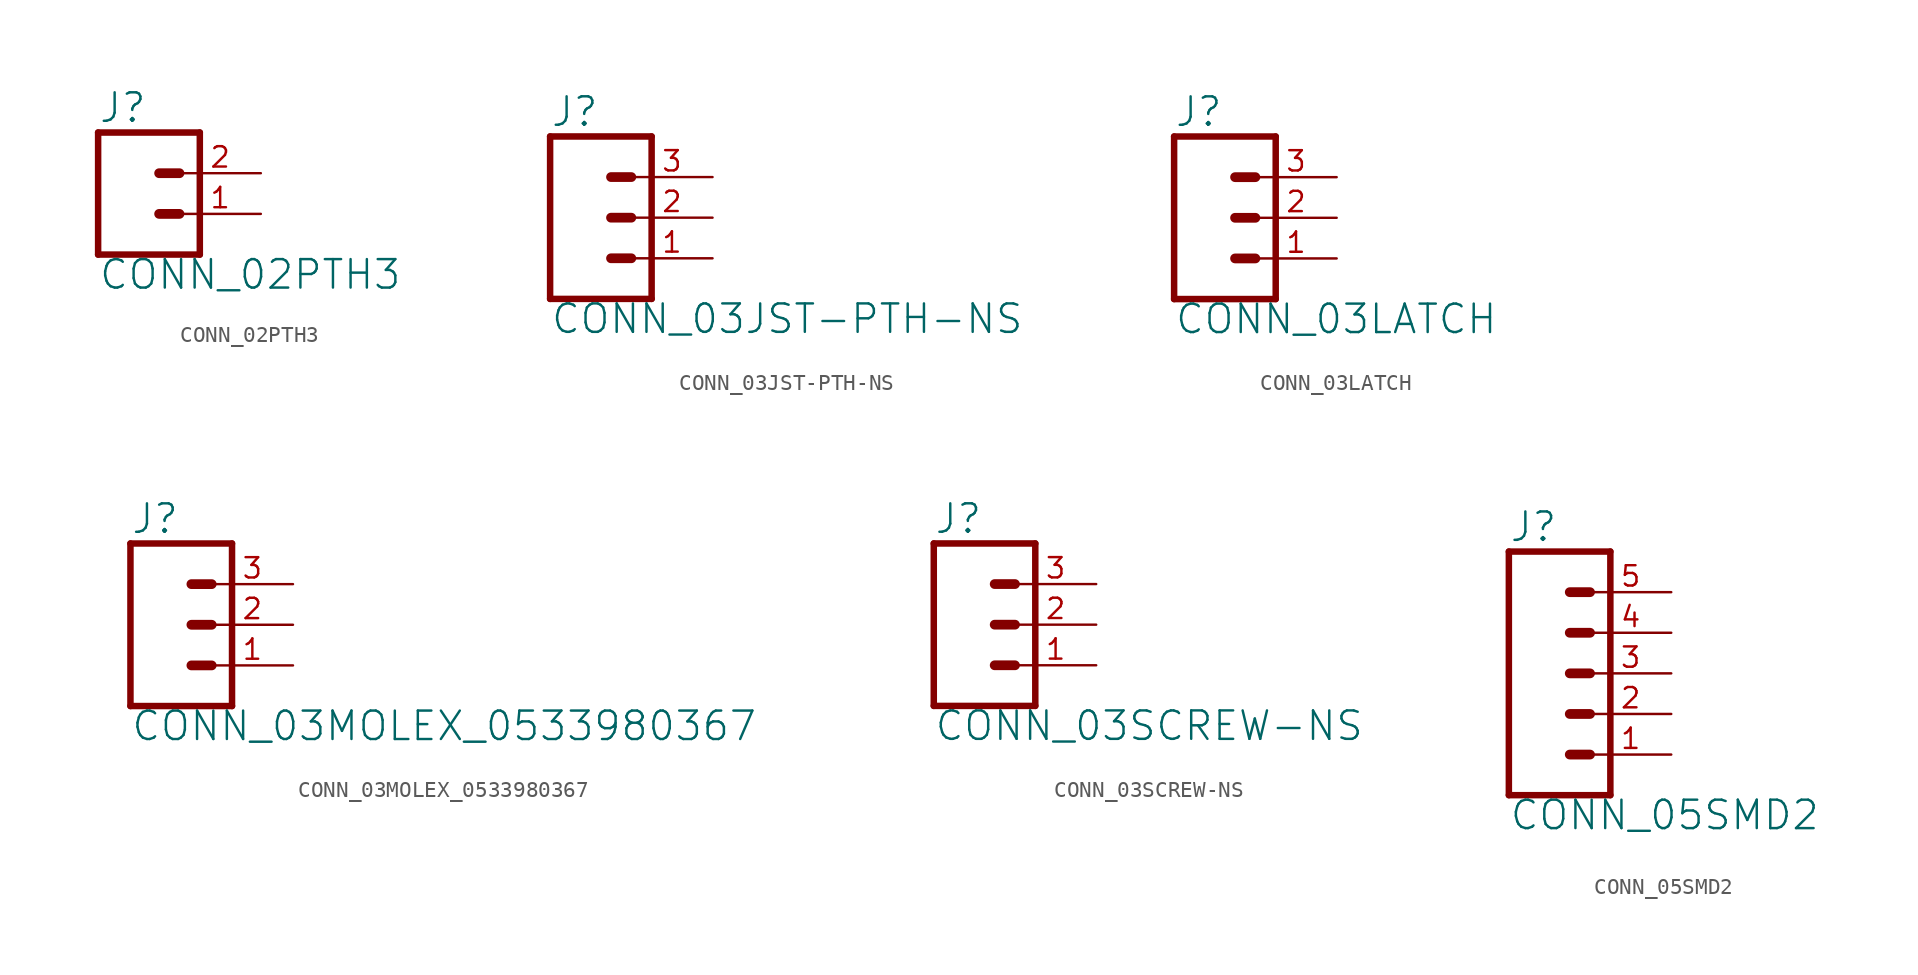
<source format=kicad_sym>
(kicad_symbol_lib
  (version 20211014)
  (generator kicad_symbol_editor)
  (symbol "CONN_02PTH3"
    (property "Reference" "J"
      (at -2.54 5.588 0)
      (effects (font (size 1.778 1.778)) (justify left bottom)))
    (property "Value" "CONN_02PTH3"
      (at -2.54 -4.826 0)
      (effects (font (size 1.778 1.778)) (justify left bottom)))
    (property "ki_locked" ""
      (at 0 0 0)
      (effects (font (size 1.27 1.27))))
    (symbol "CONN_02PTH3_1_0"
      (polyline (pts (xy -2.54 5.08) (xy -2.54 -2.54)) (stroke (width 0.406) (type default) (color 0 0 0 0)) (fill (type none)))
      (polyline (pts (xy -2.54 5.08) (xy 3.81 5.08)) (stroke (width 0.406) (type default) (color 0 0 0 0)) (fill (type none)))
      (polyline (pts (xy 1.27 0) (xy 2.54 0)) (stroke (width 0.61) (type default) (color 0 0 0 0)) (fill (type none)))
      (polyline (pts (xy 1.27 2.54) (xy 2.54 2.54)) (stroke (width 0.61) (type default) (color 0 0 0 0)) (fill (type none)))
      (polyline (pts (xy 3.81 -2.54) (xy -2.54 -2.54)) (stroke (width 0.406) (type default) (color 0 0 0 0)) (fill (type none)))
      (polyline (pts (xy 3.81 -2.54) (xy 3.81 5.08)) (stroke (width 0.406) (type default) (color 0 0 0 0)) (fill (type none)))
      (pin passive line (at 7.62 0 180) (length 5.08) (name "1" (effects (font (size 0 0)))) (number "1" (effects (font (size 1.27 1.27)))))
      (pin passive line (at 7.62 2.54 180) (length 5.08) (name "2" (effects (font (size 0 0)))) (number "2" (effects (font (size 1.27 1.27)))))))
  (symbol "CONN_03JST-PTH-NS"
    (property "Reference" "J"
      (at -2.54 5.588 0)
      (effects (font (size 1.778 1.778)) (justify left bottom)))
    (property "Value" "CONN_03JST-PTH-NS"
      (at -2.54 -7.366 0)
      (effects (font (size 1.778 1.778)) (justify left bottom)))
    (property "ki_locked" ""
      (at 0 0 0)
      (effects (font (size 1.27 1.27))))
    (symbol "CONN_03JST-PTH-NS_1_0"
      (polyline (pts (xy -2.54 5.08) (xy -2.54 -5.08)) (stroke (width 0.406) (type default) (color 0 0 0 0)) (fill (type none)))
      (polyline (pts (xy -2.54 5.08) (xy 3.81 5.08)) (stroke (width 0.406) (type default) (color 0 0 0 0)) (fill (type none)))
      (polyline (pts (xy 1.27 -2.54) (xy 2.54 -2.54)) (stroke (width 0.61) (type default) (color 0 0 0 0)) (fill (type none)))
      (polyline (pts (xy 1.27 0) (xy 2.54 0)) (stroke (width 0.61) (type default) (color 0 0 0 0)) (fill (type none)))
      (polyline (pts (xy 1.27 2.54) (xy 2.54 2.54)) (stroke (width 0.61) (type default) (color 0 0 0 0)) (fill (type none)))
      (polyline (pts (xy 3.81 -5.08) (xy -2.54 -5.08)) (stroke (width 0.406) (type default) (color 0 0 0 0)) (fill (type none)))
      (polyline (pts (xy 3.81 -5.08) (xy 3.81 5.08)) (stroke (width 0.406) (type default) (color 0 0 0 0)) (fill (type none)))
      (pin passive line (at 7.62 -2.54 180) (length 5.08) (name "1" (effects (font (size 0 0)))) (number "1" (effects (font (size 1.27 1.27)))))
      (pin passive line (at 7.62 0 180) (length 5.08) (name "2" (effects (font (size 0 0)))) (number "2" (effects (font (size 1.27 1.27)))))
      (pin passive line (at 7.62 2.54 180) (length 5.08) (name "3" (effects (font (size 0 0)))) (number "3" (effects (font (size 1.27 1.27)))))))
  (symbol "CONN_03LATCH"
    (property "Reference" "J"
      (at -2.54 5.588 0)
      (effects (font (size 1.778 1.778)) (justify left bottom)))
    (property "Value" "CONN_03LATCH"
      (at -2.54 -7.366 0)
      (effects (font (size 1.778 1.778)) (justify left bottom)))
    (property "ki_locked" ""
      (at 0 0 0)
      (effects (font (size 1.27 1.27))))
    (symbol "CONN_03LATCH_1_0"
      (polyline (pts (xy -2.54 5.08) (xy -2.54 -5.08)) (stroke (width 0.406) (type default) (color 0 0 0 0)) (fill (type none)))
      (polyline (pts (xy -2.54 5.08) (xy 3.81 5.08)) (stroke (width 0.406) (type default) (color 0 0 0 0)) (fill (type none)))
      (polyline (pts (xy 1.27 -2.54) (xy 2.54 -2.54)) (stroke (width 0.61) (type default) (color 0 0 0 0)) (fill (type none)))
      (polyline (pts (xy 1.27 0) (xy 2.54 0)) (stroke (width 0.61) (type default) (color 0 0 0 0)) (fill (type none)))
      (polyline (pts (xy 1.27 2.54) (xy 2.54 2.54)) (stroke (width 0.61) (type default) (color 0 0 0 0)) (fill (type none)))
      (polyline (pts (xy 3.81 -5.08) (xy -2.54 -5.08)) (stroke (width 0.406) (type default) (color 0 0 0 0)) (fill (type none)))
      (polyline (pts (xy 3.81 -5.08) (xy 3.81 5.08)) (stroke (width 0.406) (type default) (color 0 0 0 0)) (fill (type none)))
      (pin passive line (at 7.62 -2.54 180) (length 5.08) (name "1" (effects (font (size 0 0)))) (number "1" (effects (font (size 1.27 1.27)))))
      (pin passive line (at 7.62 0 180) (length 5.08) (name "2" (effects (font (size 0 0)))) (number "2" (effects (font (size 1.27 1.27)))))
      (pin passive line (at 7.62 2.54 180) (length 5.08) (name "3" (effects (font (size 0 0)))) (number "3" (effects (font (size 1.27 1.27)))))))
  (symbol "CONN_03MOLEX_0533980367"
    (property "Reference" "J"
      (at -2.54 5.588 0)
      (effects (font (size 1.778 1.778)) (justify left bottom)))
    (property "Value" "CONN_03MOLEX_0533980367"
      (at -2.54 -7.366 0)
      (effects (font (size 1.778 1.778)) (justify left bottom)))
    (property "ki_locked" ""
      (at 0 0 0)
      (effects (font (size 1.27 1.27))))
    (symbol "CONN_03MOLEX_0533980367_1_0"
      (polyline (pts (xy -2.54 5.08) (xy -2.54 -5.08)) (stroke (width 0.406) (type default) (color 0 0 0 0)) (fill (type none)))
      (polyline (pts (xy -2.54 5.08) (xy 3.81 5.08)) (stroke (width 0.406) (type default) (color 0 0 0 0)) (fill (type none)))
      (polyline (pts (xy 1.27 -2.54) (xy 2.54 -2.54)) (stroke (width 0.61) (type default) (color 0 0 0 0)) (fill (type none)))
      (polyline (pts (xy 1.27 0) (xy 2.54 0)) (stroke (width 0.61) (type default) (color 0 0 0 0)) (fill (type none)))
      (polyline (pts (xy 1.27 2.54) (xy 2.54 2.54)) (stroke (width 0.61) (type default) (color 0 0 0 0)) (fill (type none)))
      (polyline (pts (xy 3.81 -5.08) (xy -2.54 -5.08)) (stroke (width 0.406) (type default) (color 0 0 0 0)) (fill (type none)))
      (polyline (pts (xy 3.81 -5.08) (xy 3.81 5.08)) (stroke (width 0.406) (type default) (color 0 0 0 0)) (fill (type none)))
      (pin passive line (at 7.62 -2.54 180) (length 5.08) (name "1" (effects (font (size 0 0)))) (number "1" (effects (font (size 1.27 1.27)))))
      (pin passive line (at 7.62 0 180) (length 5.08) (name "2" (effects (font (size 0 0)))) (number "2" (effects (font (size 1.27 1.27)))))
      (pin passive line (at 7.62 2.54 180) (length 5.08) (name "3" (effects (font (size 0 0)))) (number "3" (effects (font (size 1.27 1.27)))))))
  (symbol "CONN_03SCREW-NS"
    (property "Reference" "J"
      (at -2.54 5.588 0)
      (effects (font (size 1.778 1.778)) (justify left bottom)))
    (property "Value" "CONN_03SCREW-NS"
      (at -2.54 -7.366 0)
      (effects (font (size 1.778 1.778)) (justify left bottom)))
    (property "ki_locked" ""
      (at 0 0 0)
      (effects (font (size 1.27 1.27))))
    (symbol "CONN_03SCREW-NS_1_0"
      (polyline (pts (xy -2.54 5.08) (xy -2.54 -5.08)) (stroke (width 0.406) (type default) (color 0 0 0 0)) (fill (type none)))
      (polyline (pts (xy -2.54 5.08) (xy 3.81 5.08)) (stroke (width 0.406) (type default) (color 0 0 0 0)) (fill (type none)))
      (polyline (pts (xy 1.27 -2.54) (xy 2.54 -2.54)) (stroke (width 0.61) (type default) (color 0 0 0 0)) (fill (type none)))
      (polyline (pts (xy 1.27 0) (xy 2.54 0)) (stroke (width 0.61) (type default) (color 0 0 0 0)) (fill (type none)))
      (polyline (pts (xy 1.27 2.54) (xy 2.54 2.54)) (stroke (width 0.61) (type default) (color 0 0 0 0)) (fill (type none)))
      (polyline (pts (xy 3.81 -5.08) (xy -2.54 -5.08)) (stroke (width 0.406) (type default) (color 0 0 0 0)) (fill (type none)))
      (polyline (pts (xy 3.81 -5.08) (xy 3.81 5.08)) (stroke (width 0.406) (type default) (color 0 0 0 0)) (fill (type none)))
      (pin passive line (at 7.62 -2.54 180) (length 5.08) (name "1" (effects (font (size 0 0)))) (number "1" (effects (font (size 1.27 1.27)))))
      (pin passive line (at 7.62 0 180) (length 5.08) (name "2" (effects (font (size 0 0)))) (number "2" (effects (font (size 1.27 1.27)))))
      (pin passive line (at 7.62 2.54 180) (length 5.08) (name "3" (effects (font (size 0 0)))) (number "3" (effects (font (size 1.27 1.27)))))))
  (symbol "CONN_05SMD2"
    (property "Reference" "J"
      (at -2.54 8.128 0)
      (effects (font (size 1.778 1.778)) (justify left bottom)))
    (property "Value" "CONN_05SMD2"
      (at -2.54 -9.906 0)
      (effects (font (size 1.778 1.778)) (justify left bottom)))
    (property "ki_locked" ""
      (at 0 0 0)
      (effects (font (size 1.27 1.27))))
    (symbol "CONN_05SMD2_1_0"
      (polyline (pts (xy -2.54 7.62) (xy -2.54 -7.62)) (stroke (width 0.406) (type default) (color 0 0 0 0)) (fill (type none)))
      (polyline (pts (xy -2.54 7.62) (xy 3.81 7.62)) (stroke (width 0.406) (type default) (color 0 0 0 0)) (fill (type none)))
      (polyline (pts (xy 1.27 -5.08) (xy 2.54 -5.08)) (stroke (width 0.61) (type default) (color 0 0 0 0)) (fill (type none)))
      (polyline (pts (xy 1.27 -2.54) (xy 2.54 -2.54)) (stroke (width 0.61) (type default) (color 0 0 0 0)) (fill (type none)))
      (polyline (pts (xy 1.27 0) (xy 2.54 0)) (stroke (width 0.61) (type default) (color 0 0 0 0)) (fill (type none)))
      (polyline (pts (xy 1.27 2.54) (xy 2.54 2.54)) (stroke (width 0.61) (type default) (color 0 0 0 0)) (fill (type none)))
      (polyline (pts (xy 1.27 5.08) (xy 2.54 5.08)) (stroke (width 0.61) (type default) (color 0 0 0 0)) (fill (type none)))
      (polyline (pts (xy 3.81 -7.62) (xy -2.54 -7.62)) (stroke (width 0.406) (type default) (color 0 0 0 0)) (fill (type none)))
      (polyline (pts (xy 3.81 -7.62) (xy 3.81 7.62)) (stroke (width 0.406) (type default) (color 0 0 0 0)) (fill (type none)))
      (pin passive line (at 7.62 -5.08 180) (length 5.08) (name "1" (effects (font (size 0 0)))) (number "1" (effects (font (size 1.27 1.27)))))
      (pin passive line (at 7.62 -2.54 180) (length 5.08) (name "2" (effects (font (size 0 0)))) (number "2" (effects (font (size 1.27 1.27)))))
      (pin passive line (at 7.62 0 180) (length 5.08) (name "3" (effects (font (size 0 0)))) (number "3" (effects (font (size 1.27 1.27)))))
      (pin passive line (at 7.62 2.54 180) (length 5.08) (name "4" (effects (font (size 0 0)))) (number "4" (effects (font (size 1.27 1.27)))))
      (pin passive line (at 7.62 5.08 180) (length 5.08) (name "5" (effects (font (size 0 0)))) (number "5" (effects (font (size 1.27 1.27))))))))
</source>
